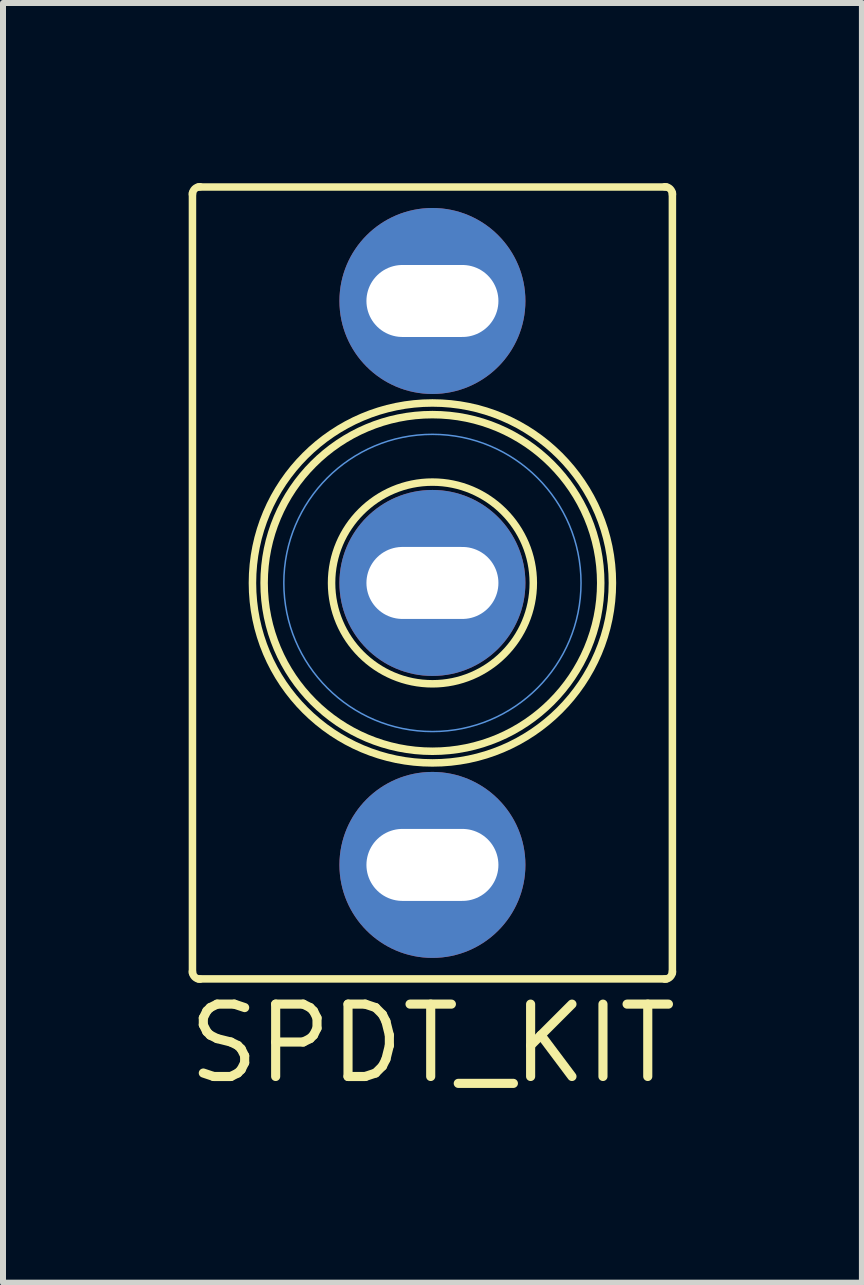
<source format=kicad_pcb>
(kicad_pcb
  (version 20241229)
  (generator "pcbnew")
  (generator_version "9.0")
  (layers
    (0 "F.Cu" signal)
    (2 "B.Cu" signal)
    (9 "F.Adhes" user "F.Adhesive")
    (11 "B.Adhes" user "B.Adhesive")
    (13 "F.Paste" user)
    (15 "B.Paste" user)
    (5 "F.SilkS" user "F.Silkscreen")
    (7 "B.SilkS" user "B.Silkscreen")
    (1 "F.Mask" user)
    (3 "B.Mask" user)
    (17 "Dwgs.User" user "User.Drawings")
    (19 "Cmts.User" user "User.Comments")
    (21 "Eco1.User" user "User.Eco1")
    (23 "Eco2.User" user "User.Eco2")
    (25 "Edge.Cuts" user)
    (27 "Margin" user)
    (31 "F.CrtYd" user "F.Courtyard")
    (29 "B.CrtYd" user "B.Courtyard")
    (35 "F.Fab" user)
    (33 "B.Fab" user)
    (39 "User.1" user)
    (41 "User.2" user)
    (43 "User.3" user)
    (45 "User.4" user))
  (footprint "SPDT_KIT"
    (layer "F.Cu")
    (at 4.158 6.667)
    (property "Reference" "SPDT_KIT" (at 0 8.382 180) (layer "F.SilkS") (effects (font (size 1.206 1.206) (thickness 0.152)) (justify bottom)))
    (attr through_hole)
    (fp_line (start -4 6.5) (end -4 -6.5) (stroke (width 0.125) (type solid)) (layer "F.SilkS"))
    (fp_line (start -3.9 -6.6) (end 3.9 -6.6) (stroke (width 0.125) (type solid)) (layer "F.SilkS"))
    (fp_line (start 3.9 6.6) (end -3.9 6.6) (stroke (width 0.125) (type solid)) (layer "F.SilkS"))
    (fp_line (start 4 -6.5) (end 4 6.5) (stroke (width 0.125) (type solid)) (layer "F.SilkS"))
    (fp_arc (start -4.0005 -6.477) (mid -3.963303 -6.566803) (end -3.8735 -6.604) (stroke (width 0.125) (type solid)) (layer "F.SilkS"))
    (fp_arc (start -3.8735 6.604) (mid -3.963303 6.566803) (end -4.0005 6.477) (stroke (width 0.125) (type solid)) (layer "F.SilkS"))
    (fp_arc (start 3.8735 -6.604) (mid 3.963303 -6.566803) (end 4.0005 -6.477) (stroke (width 0.125) (type solid)) (layer "F.SilkS"))
    (fp_arc (start 4.0005 6.477) (mid 3.963303 6.566803) (end 3.8735 6.604) (stroke (width 0.125) (type solid)) (layer "F.SilkS"))
    (fp_circle (center 0 0) (end 0.254 -2.794) (stroke (width 0.125) (type solid)) (fill no) (layer "F.SilkS"))
    (fp_circle (center 0 0) (end 0.318 -1.651) (stroke (width 0.125) (type solid)) (fill no) (layer "F.SilkS"))
    (fp_circle (center 0 0) (end 3 0) (stroke (width 0.125) (type solid)) (fill no) (layer "F.SilkS"))
    (fp_circle (center 0 0) (end 2.477 0) (stroke (width 0.025) (type solid)) (fill no) (layer "Cmts.User"))
    (pad "1" thru_hole circle (at 0 -4.7) (size 3.1 3.1) (drill oval 2.2 1.2) (layers "*.Cu" "*.Mask"))
    (pad "2" thru_hole circle (at 0 0) (size 3.1 3.1) (drill oval 2.2 1.2) (layers "*.Cu" "*.Mask"))
    (pad "3" thru_hole circle (at 0 4.7) (size 3.1 3.1) (drill oval 2.2 1.2) (layers "*.Cu" "*.Mask")))
  (gr_rect
    (start -3 -3)
    (end 11.317 18.331)
    (stroke (width 0.1) (type default))
    (fill no)
    (layer "Edge.Cuts")))
</source>
